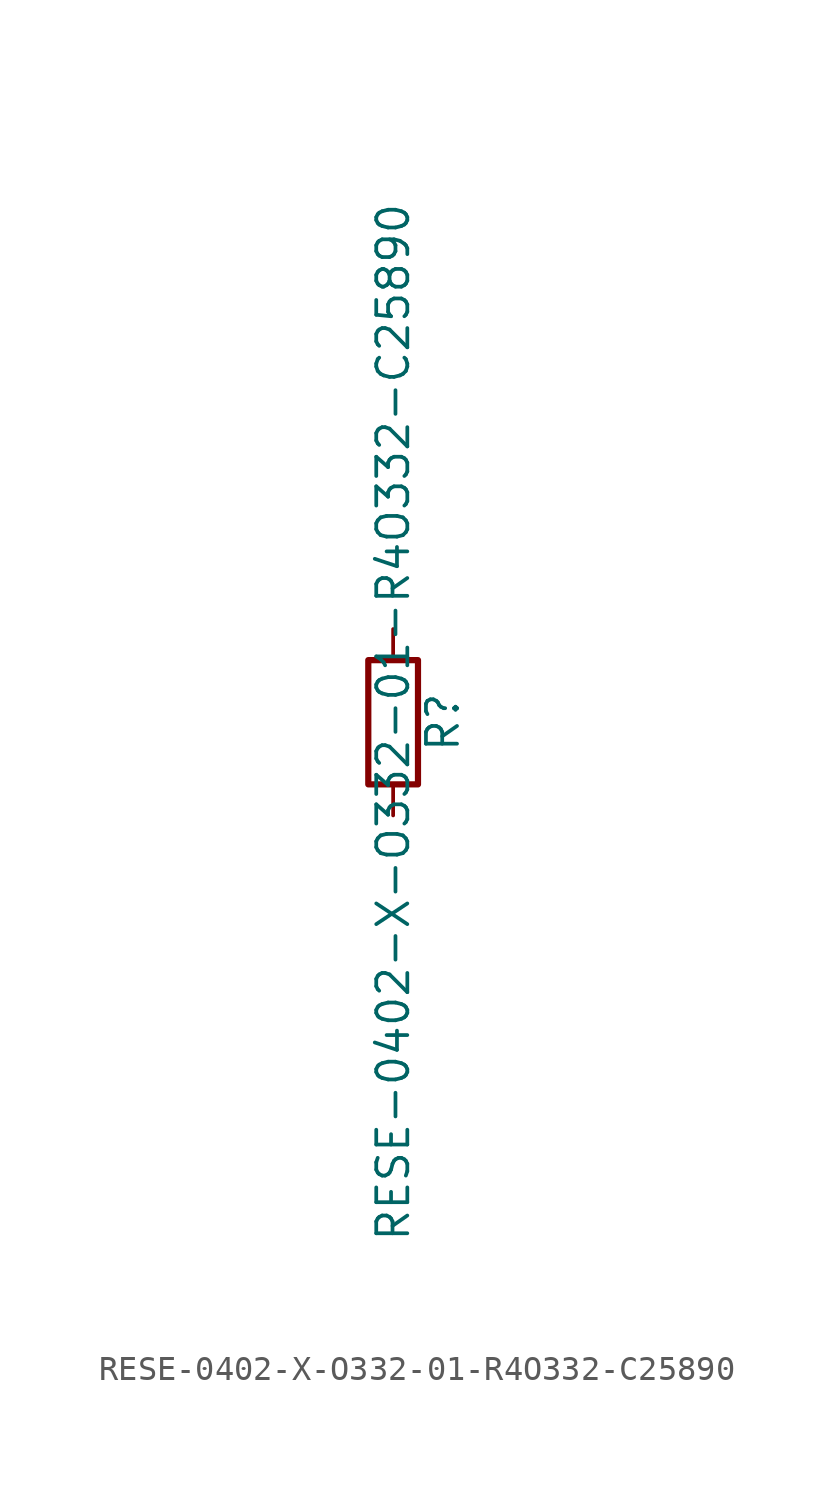
<source format=kicad_sym>
(kicad_symbol_lib
  (version 20211014)
  (generator kicad_symbol_editor)
  (symbol "RESE-0402-X-O332-01-R4O332-C25890"
    (pin_numbers hide)
    (pin_names
      (offset 0))
    (property "Reference" "R"
      (at 2.032 0 90)
      (effects (font (size 1.27 1.27))))
    (property "Value" "RESE-0402-X-O332-01-R4O332-C25890"
      (at 0 0 90)
      (effects (font (size 1.27 1.27))))
    (symbol "RESE-0402-X-O332-01-R4O332-C25890_0_1"
      (rectangle (start -1.016 -2.54) (end 1.016 2.54) (stroke (width 0.254) (type default) (color 0 0 0 0)) (fill (type none))))
    (symbol "RESE-0402-X-O332-01-R4O332-C25890_1_1"
      (pin passive line (at 0 3.81 270) (length 1.27) (name "~" (effects (font (size 1.27 1.27)))) (number "1" (effects (font (size 1.27 1.27)))))
      (pin passive line (at 0 -3.81 90) (length 1.27) (name "~" (effects (font (size 1.27 1.27)))) (number "2" (effects (font (size 1.27 1.27))))))))
</source>
